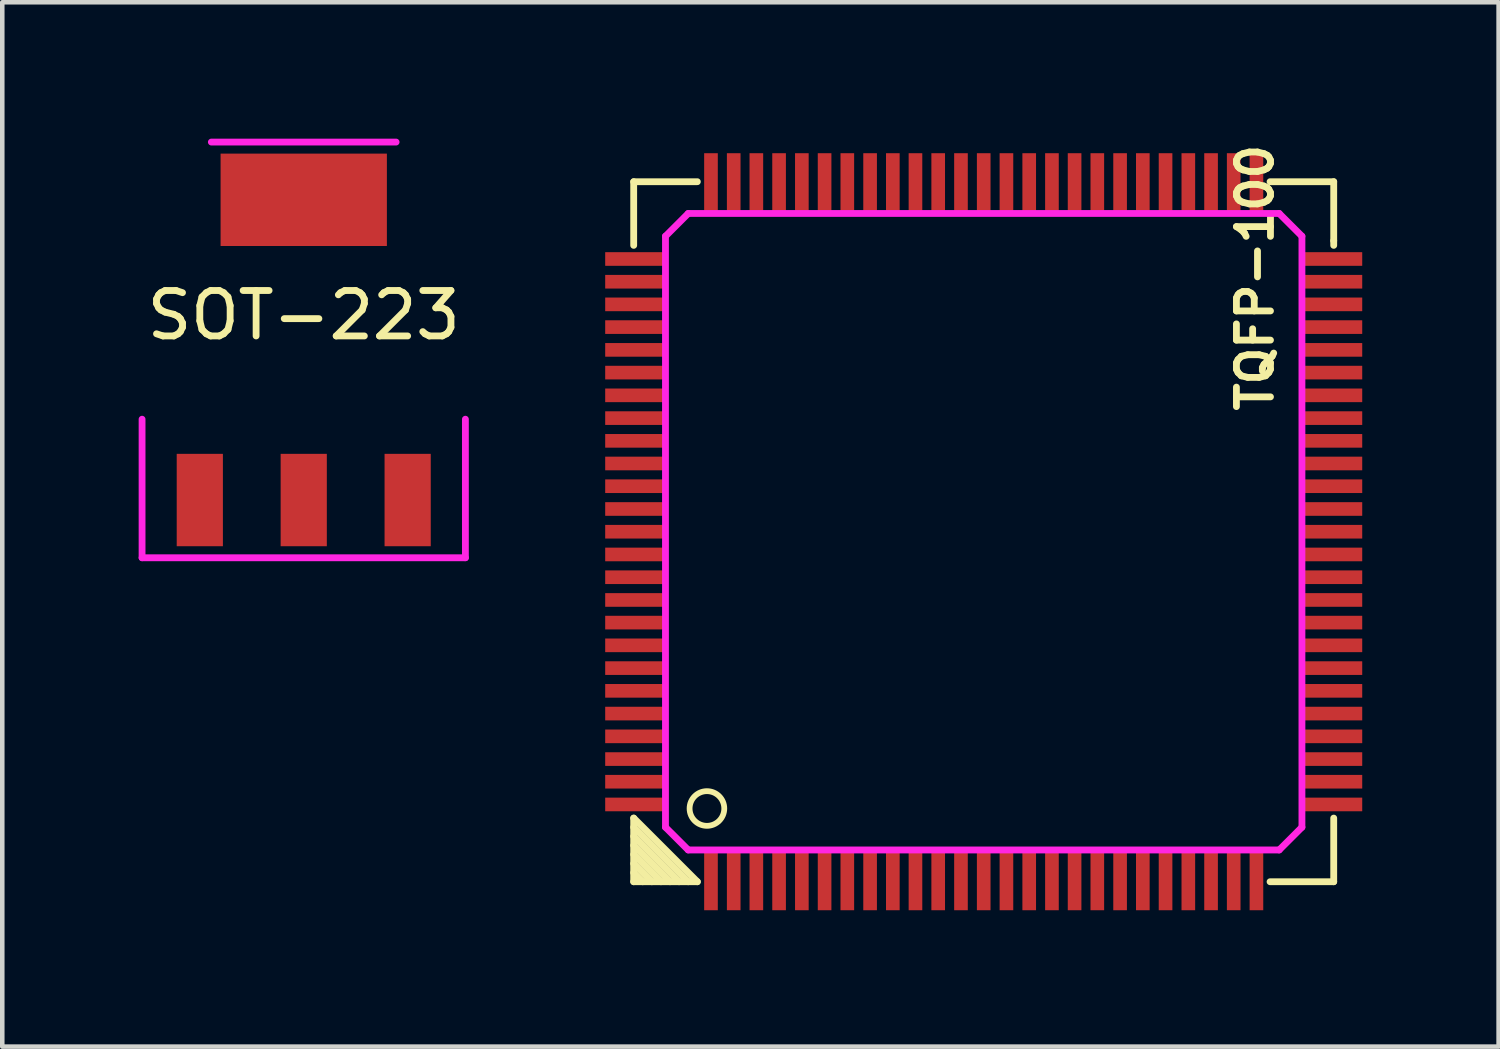
<source format=kicad_pcb>
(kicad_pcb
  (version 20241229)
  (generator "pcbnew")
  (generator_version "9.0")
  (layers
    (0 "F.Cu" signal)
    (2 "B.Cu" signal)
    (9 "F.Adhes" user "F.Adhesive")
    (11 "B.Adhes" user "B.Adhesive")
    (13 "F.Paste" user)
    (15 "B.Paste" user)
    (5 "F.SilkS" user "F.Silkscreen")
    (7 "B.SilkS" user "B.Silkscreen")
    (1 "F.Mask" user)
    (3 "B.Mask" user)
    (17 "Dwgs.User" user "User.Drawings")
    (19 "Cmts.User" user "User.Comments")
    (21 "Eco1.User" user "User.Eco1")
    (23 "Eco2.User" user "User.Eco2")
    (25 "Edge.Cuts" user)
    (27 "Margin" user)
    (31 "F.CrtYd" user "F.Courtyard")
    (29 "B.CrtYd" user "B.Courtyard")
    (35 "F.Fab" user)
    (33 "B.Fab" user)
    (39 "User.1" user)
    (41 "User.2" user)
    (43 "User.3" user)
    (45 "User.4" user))
  (footprint "TQFP-100"
    (layer "F.Cu")
    (at 18.588 8.646)
    (property "Reference" "TQFP-100" (at 5.969 -5.588 90) (layer "F.SilkS") (effects (font (size 0.749 0.749) (thickness 0.15))))
    (attr through_hole)
    (fp_line (start -7.699 -7.699) (end -6.299 -7.699) (stroke (width 0.15) (type solid)) (layer "F.SilkS"))
    (fp_line (start -7.699 -6.299) (end -7.699 -7.699) (stroke (width 0.15) (type solid)) (layer "F.SilkS"))
    (fp_line (start -7.699 6.299) (end -6.299 7.699) (stroke (width 0.15) (type solid)) (layer "F.SilkS"))
    (fp_line (start -7.699 6.701) (end -6.701 7.699) (stroke (width 0.15) (type solid)) (layer "F.SilkS"))
    (fp_line (start -7.699 7.099) (end -7.099 7.699) (stroke (width 0.15) (type solid)) (layer "F.SilkS"))
    (fp_line (start -7.699 7.501) (end -7.501 7.699) (stroke (width 0.15) (type solid)) (layer "F.SilkS"))
    (fp_line (start -7.699 7.699) (end -7.699 6.299) (stroke (width 0.15) (type solid)) (layer "F.SilkS"))
    (fp_line (start -7.3 7.699) (end -7.699 7.3) (stroke (width 0.15) (type solid)) (layer "F.SilkS"))
    (fp_line (start -6.901 7.699) (end -7.699 6.901) (stroke (width 0.15) (type solid)) (layer "F.SilkS"))
    (fp_line (start -6.5 7.699) (end -7.699 6.5) (stroke (width 0.15) (type solid)) (layer "F.SilkS"))
    (fp_line (start -6.299 7.699) (end -7.699 7.699) (stroke (width 0.15) (type solid)) (layer "F.SilkS"))
    (fp_line (start 6.299 -7.699) (end 7.699 -7.699) (stroke (width 0.15) (type solid)) (layer "F.SilkS"))
    (fp_line (start 7.699 -7.699) (end 7.699 -6.401) (stroke (width 0.15) (type solid)) (layer "F.SilkS"))
    (fp_line (start 7.699 -6.401) (end 7.699 -6.299) (stroke (width 0.15) (type solid)) (layer "F.SilkS"))
    (fp_line (start 7.699 6.299) (end 7.699 7.699) (stroke (width 0.15) (type solid)) (layer "F.SilkS"))
    (fp_line (start 7.699 7.699) (end 6.299 7.699) (stroke (width 0.15) (type solid)) (layer "F.SilkS"))
    (fp_circle (center -6.088 6.088) (end -6.317 6.393) (stroke (width 0.127) (type solid)) (fill no) (layer "F.SilkS"))
    (fp_line (start -7 -6.5) (end -6.5 -7) (stroke (width 0.15) (type solid)) (layer "F.CrtYd"))
    (fp_line (start -7 6.5) (end -7 -6.5) (stroke (width 0.15) (type solid)) (layer "F.CrtYd"))
    (fp_line (start -6.5 -7) (end 6.5 -7) (stroke (width 0.15) (type solid)) (layer "F.CrtYd"))
    (fp_line (start -6.5 7) (end -7 6.5) (stroke (width 0.15) (type solid)) (layer "F.CrtYd"))
    (fp_line (start 6.5 -7) (end 7 -6.5) (stroke (width 0.15) (type solid)) (layer "F.CrtYd"))
    (fp_line (start 6.5 7) (end -6.5 7) (stroke (width 0.15) (type solid)) (layer "F.CrtYd"))
    (fp_line (start 7 -6.5) (end 7 6.5) (stroke (width 0.15) (type solid)) (layer "F.CrtYd"))
    (fp_line (start 7 6.5) (end 6.5 7) (stroke (width 0.15) (type solid)) (layer "F.CrtYd"))
    (pad "1" smd rect (at -5.999 7.676) (size 0.3 1.3) (layers "F.Cu" "F.Mask" "F.Paste"))
    (pad "2" smd rect (at -5.499 7.676) (size 0.3 1.3) (layers "F.Cu" "F.Mask" "F.Paste"))
    (pad "3" smd rect (at -5.001 7.676) (size 0.3 1.3) (layers "F.Cu" "F.Mask" "F.Paste"))
    (pad "4" smd rect (at -4.501 7.676) (size 0.3 1.3) (layers "F.Cu" "F.Mask" "F.Paste"))
    (pad "5" smd rect (at -4 7.676) (size 0.3 1.3) (layers "F.Cu" "F.Mask" "F.Paste"))
    (pad "6" smd rect (at -3.5 7.676) (size 0.3 1.3) (layers "F.Cu" "F.Mask" "F.Paste"))
    (pad "7" smd rect (at -3 7.676) (size 0.3 1.3) (layers "F.Cu" "F.Mask" "F.Paste"))
    (pad "8" smd rect (at -2.499 7.676) (size 0.3 1.3) (layers "F.Cu" "F.Mask" "F.Paste"))
    (pad "9" smd rect (at -1.999 7.676) (size 0.3 1.3) (layers "F.Cu" "F.Mask" "F.Paste"))
    (pad "10" smd rect (at -1.501 7.676) (size 0.3 1.3) (layers "F.Cu" "F.Mask" "F.Paste"))
    (pad "11" smd rect (at -1.001 7.676) (size 0.3 1.3) (layers "F.Cu" "F.Mask" "F.Paste"))
    (pad "12" smd rect (at -0.5 7.676) (size 0.3 1.3) (layers "F.Cu" "F.Mask" "F.Paste"))
    (pad "13" smd rect (at 0 7.676) (size 0.3 1.3) (layers "F.Cu" "F.Mask" "F.Paste"))
    (pad "14" smd rect (at 0.5 7.676) (size 0.3 1.3) (layers "F.Cu" "F.Mask" "F.Paste"))
    (pad "15" smd rect (at 1.001 7.676) (size 0.3 1.3) (layers "F.Cu" "F.Mask" "F.Paste"))
    (pad "16" smd rect (at 1.501 7.676) (size 0.3 1.3) (layers "F.Cu" "F.Mask" "F.Paste"))
    (pad "17" smd rect (at 1.999 7.676) (size 0.3 1.3) (layers "F.Cu" "F.Mask" "F.Paste"))
    (pad "18" smd rect (at 2.499 7.676) (size 0.3 1.3) (layers "F.Cu" "F.Mask" "F.Paste"))
    (pad "19" smd rect (at 3 7.676) (size 0.3 1.3) (layers "F.Cu" "F.Mask" "F.Paste"))
    (pad "20" smd rect (at 3.5 7.676) (size 0.3 1.3) (layers "F.Cu" "F.Mask" "F.Paste"))
    (pad "21" smd rect (at 4 7.676) (size 0.3 1.3) (layers "F.Cu" "F.Mask" "F.Paste"))
    (pad "22" smd rect (at 4.501 7.676) (size 0.3 1.3) (layers "F.Cu" "F.Mask" "F.Paste"))
    (pad "23" smd rect (at 5.001 7.676) (size 0.3 1.3) (layers "F.Cu" "F.Mask" "F.Paste"))
    (pad "24" smd rect (at 5.499 7.676) (size 0.3 1.3) (layers "F.Cu" "F.Mask" "F.Paste"))
    (pad "25" smd rect (at 5.999 7.676) (size 0.3 1.3) (layers "F.Cu" "F.Mask" "F.Paste"))
    (pad "26" smd rect (at 7.676 5.999) (size 1.3 0.3) (layers "F.Cu" "F.Mask" "F.Paste"))
    (pad "27" smd rect (at 7.676 5.499) (size 1.3 0.3) (layers "F.Cu" "F.Mask" "F.Paste"))
    (pad "28" smd rect (at 7.676 5.001) (size 1.3 0.3) (layers "F.Cu" "F.Mask" "F.Paste"))
    (pad "29" smd rect (at 7.676 4.501) (size 1.3 0.3) (layers "F.Cu" "F.Mask" "F.Paste"))
    (pad "30" smd rect (at 7.676 4) (size 1.3 0.3) (layers "F.Cu" "F.Mask" "F.Paste"))
    (pad "31" smd rect (at 7.676 3.5) (size 1.3 0.3) (layers "F.Cu" "F.Mask" "F.Paste"))
    (pad "32" smd rect (at 7.676 3) (size 1.3 0.3) (layers "F.Cu" "F.Mask" "F.Paste"))
    (pad "33" smd rect (at 7.676 2.499) (size 1.3 0.3) (layers "F.Cu" "F.Mask" "F.Paste"))
    (pad "34" smd rect (at 7.676 1.999) (size 1.3 0.3) (layers "F.Cu" "F.Mask" "F.Paste"))
    (pad "35" smd rect (at 7.676 1.501) (size 1.3 0.3) (layers "F.Cu" "F.Mask" "F.Paste"))
    (pad "36" smd rect (at 7.676 1.001) (size 1.3 0.3) (layers "F.Cu" "F.Mask" "F.Paste"))
    (pad "37" smd rect (at 7.676 0.5) (size 1.3 0.3) (layers "F.Cu" "F.Mask" "F.Paste"))
    (pad "38" smd rect (at 7.676 0) (size 1.3 0.3) (layers "F.Cu" "F.Mask" "F.Paste"))
    (pad "39" smd rect (at 7.676 -0.5) (size 1.3 0.3) (layers "F.Cu" "F.Mask" "F.Paste"))
    (pad "40" smd rect (at 7.676 -1.001) (size 1.3 0.3) (layers "F.Cu" "F.Mask" "F.Paste"))
    (pad "41" smd rect (at 7.676 -1.501) (size 1.3 0.3) (layers "F.Cu" "F.Mask" "F.Paste"))
    (pad "42" smd rect (at 7.676 -1.999) (size 1.3 0.3) (layers "F.Cu" "F.Mask" "F.Paste"))
    (pad "43" smd rect (at 7.676 -2.499) (size 1.3 0.3) (layers "F.Cu" "F.Mask" "F.Paste"))
    (pad "44" smd rect (at 7.676 -3) (size 1.3 0.3) (layers "F.Cu" "F.Mask" "F.Paste"))
    (pad "45" smd rect (at 7.676 -3.5) (size 1.3 0.3) (layers "F.Cu" "F.Mask" "F.Paste"))
    (pad "46" smd rect (at 7.676 -4) (size 1.3 0.3) (layers "F.Cu" "F.Mask" "F.Paste"))
    (pad "47" smd rect (at 7.676 -4.501) (size 1.3 0.3) (layers "F.Cu" "F.Mask" "F.Paste"))
    (pad "48" smd rect (at 7.676 -5.001) (size 1.3 0.3) (layers "F.Cu" "F.Mask" "F.Paste"))
    (pad "49" smd rect (at 7.676 -5.499) (size 1.3 0.3) (layers "F.Cu" "F.Mask" "F.Paste"))
    (pad "50" smd rect (at 7.676 -5.999) (size 1.3 0.3) (layers "F.Cu" "F.Mask" "F.Paste"))
    (pad "51" smd rect (at 5.999 -7.676) (size 0.3 1.3) (layers "F.Cu" "F.Mask" "F.Paste"))
    (pad "52" smd rect (at 5.499 -7.676) (size 0.3 1.3) (layers "F.Cu" "F.Mask" "F.Paste"))
    (pad "53" smd rect (at 5.001 -7.676) (size 0.3 1.3) (layers "F.Cu" "F.Mask" "F.Paste"))
    (pad "54" smd rect (at 4.501 -7.676) (size 0.3 1.3) (layers "F.Cu" "F.Mask" "F.Paste"))
    (pad "55" smd rect (at 4 -7.676) (size 0.3 1.3) (layers "F.Cu" "F.Mask" "F.Paste"))
    (pad "56" smd rect (at 3.5 -7.676) (size 0.3 1.3) (layers "F.Cu" "F.Mask" "F.Paste"))
    (pad "57" smd rect (at 3 -7.676) (size 0.3 1.3) (layers "F.Cu" "F.Mask" "F.Paste"))
    (pad "58" smd rect (at 2.499 -7.676) (size 0.3 1.3) (layers "F.Cu" "F.Mask" "F.Paste"))
    (pad "59" smd rect (at 1.999 -7.676) (size 0.3 1.3) (layers "F.Cu" "F.Mask" "F.Paste"))
    (pad "60" smd rect (at 1.501 -7.676) (size 0.3 1.3) (layers "F.Cu" "F.Mask" "F.Paste"))
    (pad "61" smd rect (at 1.001 -7.676) (size 0.3 1.3) (layers "F.Cu" "F.Mask" "F.Paste"))
    (pad "62" smd rect (at 0.5 -7.676) (size 0.3 1.3) (layers "F.Cu" "F.Mask" "F.Paste"))
    (pad "63" smd rect (at 0 -7.676) (size 0.3 1.3) (layers "F.Cu" "F.Mask" "F.Paste"))
    (pad "64" smd rect (at -0.5 -7.676) (size 0.3 1.3) (layers "F.Cu" "F.Mask" "F.Paste"))
    (pad "65" smd rect (at -1.001 -7.676) (size 0.3 1.3) (layers "F.Cu" "F.Mask" "F.Paste"))
    (pad "66" smd rect (at -1.501 -7.676) (size 0.3 1.3) (layers "F.Cu" "F.Mask" "F.Paste"))
    (pad "67" smd rect (at -1.999 -7.676) (size 0.3 1.3) (layers "F.Cu" "F.Mask" "F.Paste"))
    (pad "68" smd rect (at -2.499 -7.676) (size 0.3 1.3) (layers "F.Cu" "F.Mask" "F.Paste"))
    (pad "69" smd rect (at -3 -7.676) (size 0.3 1.3) (layers "F.Cu" "F.Mask" "F.Paste"))
    (pad "70" smd rect (at -3.5 -7.676) (size 0.3 1.3) (layers "F.Cu" "F.Mask" "F.Paste"))
    (pad "71" smd rect (at -4 -7.676) (size 0.3 1.3) (layers "F.Cu" "F.Mask" "F.Paste"))
    (pad "72" smd rect (at -4.501 -7.676) (size 0.3 1.3) (layers "F.Cu" "F.Mask" "F.Paste"))
    (pad "73" smd rect (at -5.001 -7.676) (size 0.3 1.3) (layers "F.Cu" "F.Mask" "F.Paste"))
    (pad "74" smd rect (at -5.499 -7.676) (size 0.3 1.3) (layers "F.Cu" "F.Mask" "F.Paste"))
    (pad "75" smd rect (at -5.999 -7.676) (size 0.3 1.3) (layers "F.Cu" "F.Mask" "F.Paste"))
    (pad "76" smd rect (at -7.676 -5.999) (size 1.3 0.3) (layers "F.Cu" "F.Mask" "F.Paste"))
    (pad "77" smd rect (at -7.676 -5.499) (size 1.3 0.3) (layers "F.Cu" "F.Mask" "F.Paste"))
    (pad "78" smd rect (at -7.676 -5.001) (size 1.3 0.3) (layers "F.Cu" "F.Mask" "F.Paste"))
    (pad "79" smd rect (at -7.676 -4.501) (size 1.3 0.3) (layers "F.Cu" "F.Mask" "F.Paste"))
    (pad "80" smd rect (at -7.676 -4) (size 1.3 0.3) (layers "F.Cu" "F.Mask" "F.Paste"))
    (pad "81" smd rect (at -7.676 -3.5) (size 1.3 0.3) (layers "F.Cu" "F.Mask" "F.Paste"))
    (pad "82" smd rect (at -7.676 -3) (size 1.3 0.3) (layers "F.Cu" "F.Mask" "F.Paste"))
    (pad "83" smd rect (at -7.676 -2.499) (size 1.3 0.3) (layers "F.Cu" "F.Mask" "F.Paste"))
    (pad "84" smd rect (at -7.676 -1.999) (size 1.3 0.3) (layers "F.Cu" "F.Mask" "F.Paste"))
    (pad "85" smd rect (at -7.676 -1.501) (size 1.3 0.3) (layers "F.Cu" "F.Mask" "F.Paste"))
    (pad "86" smd rect (at -7.676 -1.001) (size 1.3 0.3) (layers "F.Cu" "F.Mask" "F.Paste"))
    (pad "87" smd rect (at -7.676 -0.5) (size 1.3 0.3) (layers "F.Cu" "F.Mask" "F.Paste"))
    (pad "88" smd rect (at -7.676 0) (size 1.3 0.3) (layers "F.Cu" "F.Mask" "F.Paste"))
    (pad "89" smd rect (at -7.676 0.5) (size 1.3 0.3) (layers "F.Cu" "F.Mask" "F.Paste"))
    (pad "90" smd rect (at -7.676 1.001) (size 1.3 0.3) (layers "F.Cu" "F.Mask" "F.Paste"))
    (pad "91" smd rect (at -7.676 1.501) (size 1.3 0.3) (layers "F.Cu" "F.Mask" "F.Paste"))
    (pad "92" smd rect (at -7.676 1.999) (size 1.3 0.3) (layers "F.Cu" "F.Mask" "F.Paste"))
    (pad "93" smd rect (at -7.676 2.499) (size 1.3 0.3) (layers "F.Cu" "F.Mask" "F.Paste"))
    (pad "94" smd rect (at -7.676 3) (size 1.3 0.3) (layers "F.Cu" "F.Mask" "F.Paste"))
    (pad "95" smd rect (at -7.676 3.5) (size 1.3 0.3) (layers "F.Cu" "F.Mask" "F.Paste"))
    (pad "96" smd rect (at -7.676 4) (size 1.3 0.3) (layers "F.Cu" "F.Mask" "F.Paste"))
    (pad "97" smd rect (at -7.676 4.501) (size 1.3 0.3) (layers "F.Cu" "F.Mask" "F.Paste"))
    (pad "98" smd rect (at -7.676 5.001) (size 1.3 0.3) (layers "F.Cu" "F.Mask" "F.Paste"))
    (pad "99" smd rect (at -7.676 5.499) (size 1.3 0.3) (layers "F.Cu" "F.Mask" "F.Paste"))
    (pad "100" smd rect (at -7.676 5.999) (size 1.3 0.3) (layers "F.Cu" "F.Mask" "F.Paste")))
  (footprint "SOT-223"
    (layer "F.Cu")
    (at 3.631 4.647)
    (property "Reference" "SOT-223" (at 0 -0.762 0) (layer "F.SilkS") (effects (font (size 1 1) (thickness 0.15))))
    (attr smd)
    (fp_line (start -3.556 1.524) (end -3.556 4.572) (stroke (width 0.15) (type solid)) (layer "F.CrtYd"))
    (fp_line (start -3.556 4.572) (end 3.556 4.572) (stroke (width 0.15) (type solid)) (layer "F.CrtYd"))
    (fp_line (start -2.032 -4.572) (end 2.032 -4.572) (stroke (width 0.15) (type solid)) (layer "F.CrtYd"))
    (fp_line (start 3.556 4.572) (end 3.556 1.524) (stroke (width 0.15) (type solid)) (layer "F.CrtYd"))
    (pad "1" smd rect (at -2.286 3.302) (size 1.016 2.032) (layers "F.Cu" "F.Mask" "F.Paste"))
    (pad "2" smd rect (at 0 3.302) (size 1.016 2.032) (layers "F.Cu" "F.Mask" "F.Paste"))
    (pad "3" smd rect (at 2.286 3.302) (size 1.016 2.032) (layers "F.Cu" "F.Mask" "F.Paste"))
    (pad "4" smd rect (at 0 -3.302) (size 3.658 2.032) (layers "F.Cu" "F.Mask" "F.Paste")))
  (gr_rect
    (start -3 -3)
    (end 29.914 19.972)
    (stroke (width 0.1) (type default))
    (fill no)
    (layer "Edge.Cuts")))
</source>
